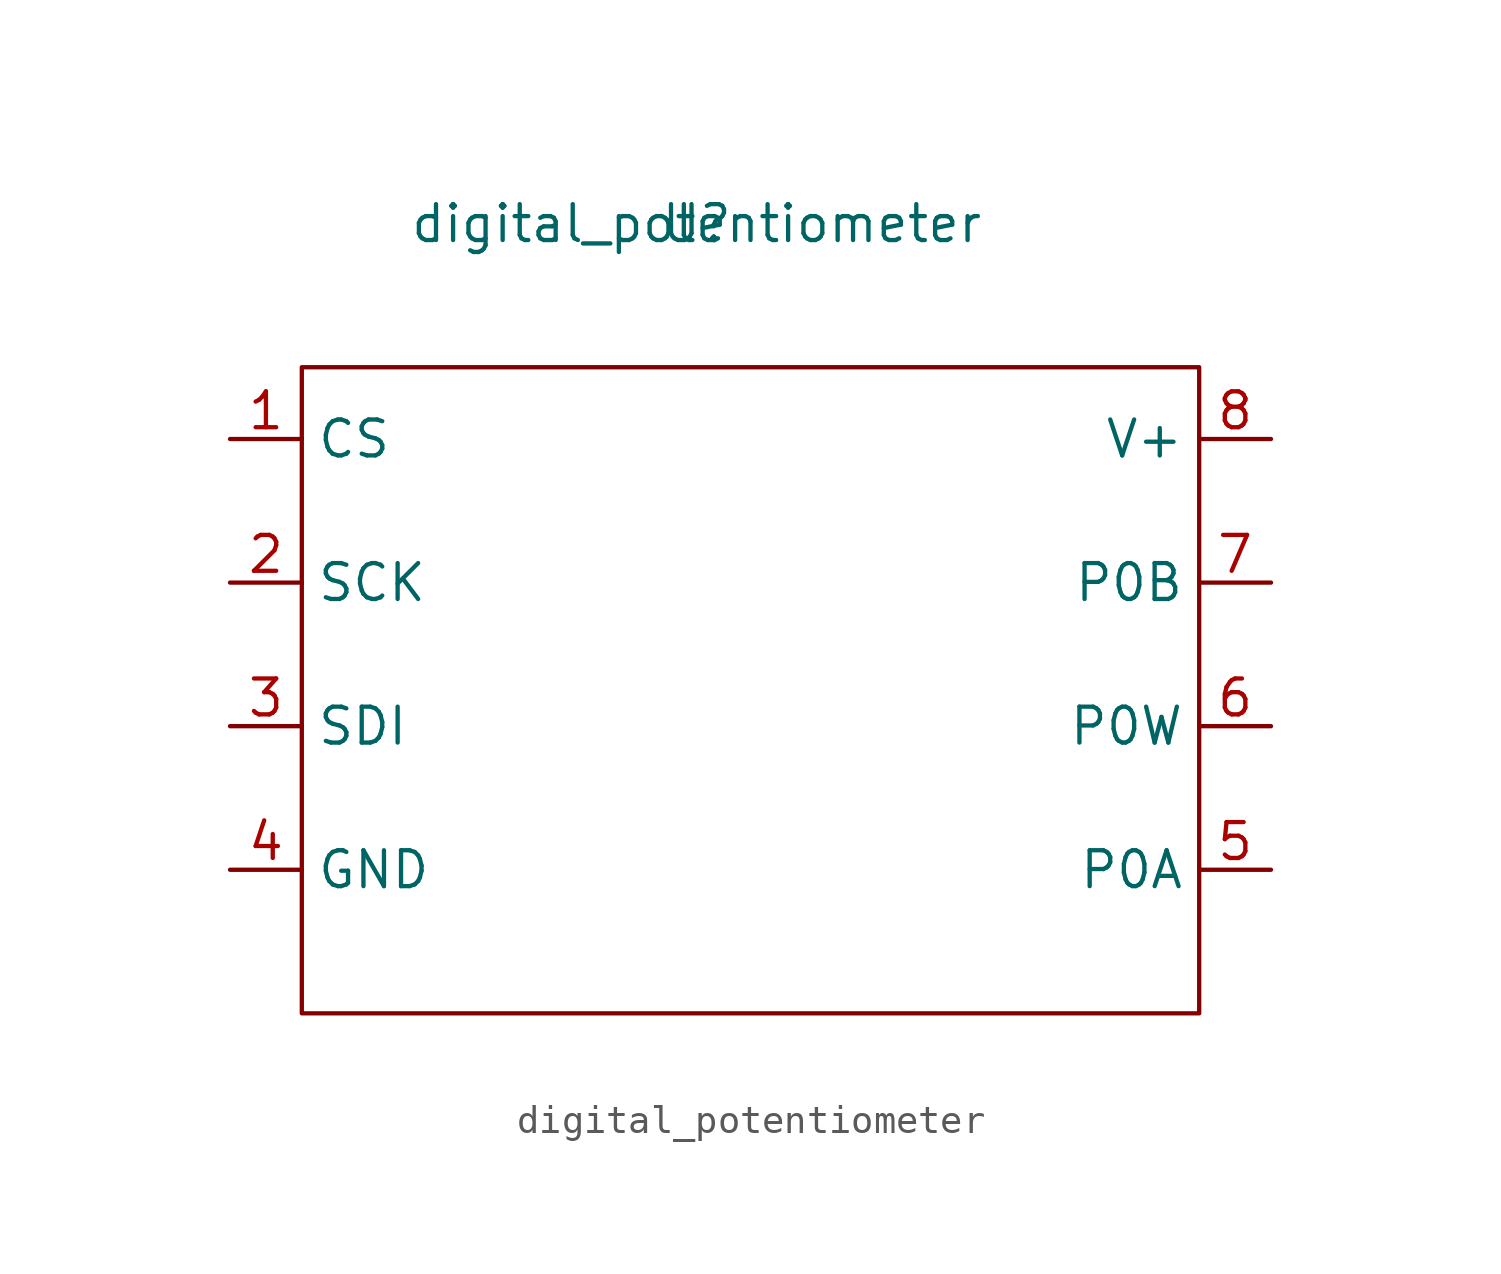
<source format=kicad_sym>
(kicad_symbol_lib
  (version 20211014)
  (generator kicad_symbol_editor)
  (symbol "digital_potentiometer"
    (property "Reference" "U"
      (at 0 0 0)
      (effects (font (size 1.27 1.27))))
    (property "Value" "digital_potentiometer"
      (at 0 0 0)
      (effects (font (size 1.27 1.27))))
    (symbol "digital_potentiometer_0_1"
      (rectangle (start -13.97 -5.08) (end 17.78 -27.94) (stroke (width 0) (type default) (color 0 0 0 0)) (fill (type none))))
    (symbol "digital_potentiometer_1_1"
      (pin input line (at -16.51 -7.62 0) (length 2.54) (name "CS" (effects (font (size 1.27 1.27)))) (number "1" (effects (font (size 1.27 1.27)))))
      (pin input line (at -16.51 -12.7 0) (length 2.54) (name "SCK" (effects (font (size 1.27 1.27)))) (number "2" (effects (font (size 1.27 1.27)))))
      (pin input line (at -16.51 -17.78 0) (length 2.54) (name "SDI" (effects (font (size 1.27 1.27)))) (number "3" (effects (font (size 1.27 1.27)))))
      (pin unspecified line (at -16.51 -22.86 0) (length 2.54) (name "GND" (effects (font (size 1.27 1.27)))) (number "4" (effects (font (size 1.27 1.27)))))
      (pin input line (at 20.32 -22.86 180) (length 2.54) (name "P0A" (effects (font (size 1.27 1.27)))) (number "5" (effects (font (size 1.27 1.27)))))
      (pin input line (at 20.32 -17.78 180) (length 2.54) (name "P0W" (effects (font (size 1.27 1.27)))) (number "6" (effects (font (size 1.27 1.27)))))
      (pin input line (at 20.32 -12.7 180) (length 2.54) (name "P0B" (effects (font (size 1.27 1.27)))) (number "7" (effects (font (size 1.27 1.27)))))
      (pin power_in line (at 20.32 -7.62 180) (length 2.54) (name "V+" (effects (font (size 1.27 1.27)))) (number "8" (effects (font (size 1.27 1.27))))))))
</source>
